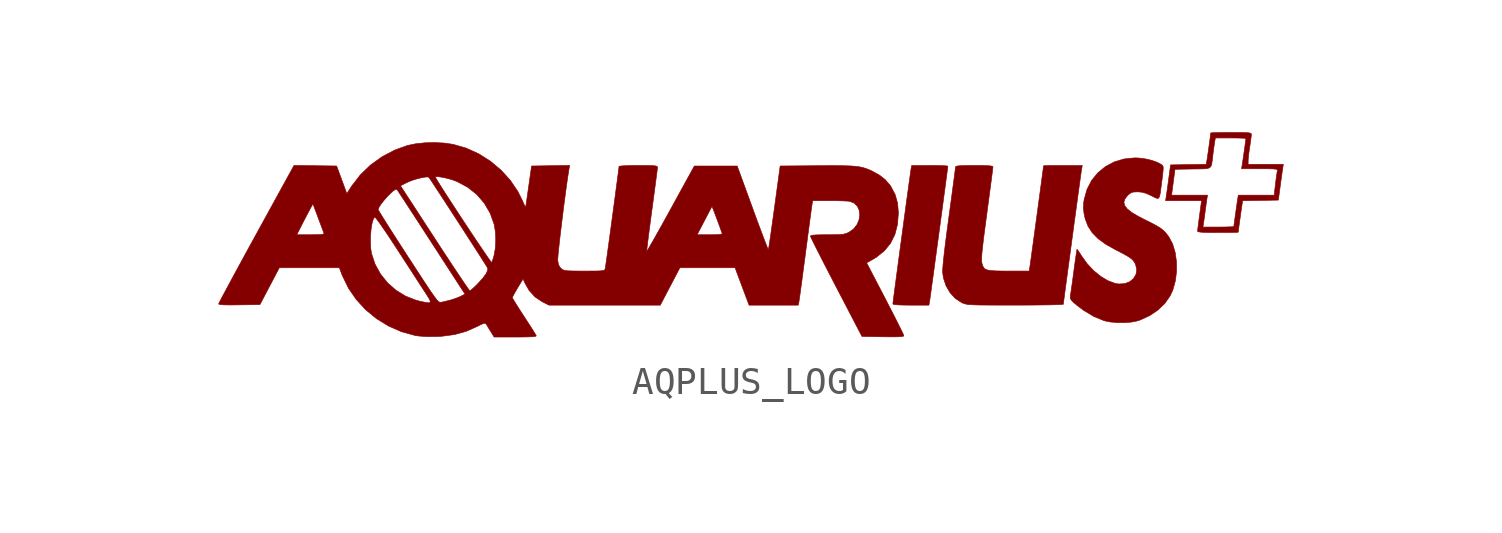
<source format=kicad_sym>
(kicad_symbol_lib
  (version 20211014)
  (generator kicad_symbol_editor)
  (symbol "AQPLUS_LOGO"
    (pin_names
      (offset 1.016))
    (property "Reference" "#G"
      (at 0 3.016 0)
      (effects (font (size 1.27 1.27)) hide))
    (symbol "AQPLUS_LOGO_0_0"
      (polyline (pts (xy 6.413 -2.385) (xy 6.42 -2.34) (xy 6.437 -2.223) (xy 6.462 -2.045) (xy 6.493 -1.814) (xy 6.531 -1.538) (xy 6.574 -1.226) (xy 6.62 -0.885) (xy 6.669 -0.524) (xy 6.72 -0.151) (xy 6.771 0.226) (xy 6.821 0.599) (xy 6.87 0.959) (xy 6.915 1.299) (xy 6.957 1.61) (xy 6.993 1.884) (xy 7.024 2.113) (xy 7.047 2.289) (xy 7.061 2.403) (xy 7.066 2.447) (xy 7.048 2.454) (xy 6.963 2.462) (xy 6.821 2.468) (xy 6.637 2.472) (xy 6.422 2.473) (xy 5.777 2.473) (xy 5.755 2.365) (xy 5.749 2.326) (xy 5.733 2.213) (xy 5.708 2.039) (xy 5.676 1.811) (xy 5.639 1.537) (xy 5.596 1.226) (xy 5.55 0.886) (xy 5.501 0.526) (xy 5.451 0.152) (xy 5.4 -0.226) (xy 5.349 -0.6) (xy 5.301 -0.962) (xy 5.255 -1.304) (xy 5.213 -1.617) (xy 5.177 -1.893) (xy 5.146 -2.125) (xy 5.123 -2.304) (xy 5.109 -2.421) (xy 5.104 -2.469) (xy 5.108 -2.476) (xy 5.164 -2.493) (xy 5.287 -2.504) (xy 5.48 -2.51) (xy 5.747 -2.513) (xy 6.39 -2.513) (xy 6.413 -2.385)) (stroke (width 0.01) (type default) (color 0 0 0 0)) (fill (type outline)))
      (polyline (pts (xy 13.616 -3.118) (xy 13.822 -3.078) (xy 13.938 -3.04) (xy 14.27 -2.887) (xy 14.568 -2.685) (xy 14.818 -2.444) (xy 15.005 -2.174) (xy 15.1 -1.962) (xy 15.188 -1.643) (xy 15.23 -1.303) (xy 15.227 -0.959) (xy 15.18 -0.628) (xy 15.089 -0.327) (xy 14.954 -0.075) (xy 14.938 -0.053) (xy 14.854 0.056) (xy 14.767 0.148) (xy 14.662 0.231) (xy 14.527 0.316) (xy 14.348 0.412) (xy 14.11 0.53) (xy 13.858 0.659) (xy 13.628 0.797) (xy 13.468 0.925) (xy 13.376 1.044) (xy 13.35 1.161) (xy 13.386 1.277) (xy 13.481 1.398) (xy 13.531 1.446) (xy 13.61 1.502) (xy 13.701 1.526) (xy 13.835 1.531) (xy 13.869 1.531) (xy 14.012 1.516) (xy 14.154 1.474) (xy 14.328 1.394) (xy 14.418 1.348) (xy 14.5 1.308) (xy 14.558 1.295) (xy 14.598 1.316) (xy 14.627 1.381) (xy 14.65 1.497) (xy 14.674 1.674) (xy 14.705 1.92) (xy 14.71 1.953) (xy 14.735 2.155) (xy 14.749 2.295) (xy 14.754 2.386) (xy 14.747 2.441) (xy 14.729 2.474) (xy 14.701 2.499) (xy 14.549 2.582) (xy 14.345 2.655) (xy 14.114 2.709) (xy 13.883 2.739) (xy 13.728 2.743) (xy 13.352 2.705) (xy 13.004 2.599) (xy 12.691 2.433) (xy 12.42 2.211) (xy 12.199 1.939) (xy 12.034 1.621) (xy 11.933 1.264) (xy 11.913 1.133) (xy 11.905 0.942) (xy 11.929 0.744) (xy 11.967 0.573) (xy 12.068 0.308) (xy 12.22 0.073) (xy 12.43 -0.141) (xy 12.705 -0.341) (xy 13.051 -0.535) (xy 13.101 -0.56) (xy 13.316 -0.671) (xy 13.473 -0.759) (xy 13.585 -0.832) (xy 13.662 -0.898) (xy 13.717 -0.967) (xy 13.759 -1.045) (xy 13.769 -1.067) (xy 13.809 -1.247) (xy 13.781 -1.417) (xy 13.694 -1.563) (xy 13.557 -1.677) (xy 13.379 -1.745) (xy 13.169 -1.758) (xy 13.027 -1.734) (xy 12.776 -1.639) (xy 12.519 -1.484) (xy 12.269 -1.28) (xy 12.038 -1.033) (xy 11.839 -0.755) (xy 11.826 -0.735) (xy 11.754 -0.622) (xy 11.7 -0.545) (xy 11.677 -0.52) (xy 11.676 -0.521) (xy 11.666 -0.572) (xy 11.649 -0.686) (xy 11.624 -0.853) (xy 11.595 -1.06) (xy 11.563 -1.296) (xy 11.562 -1.311) (xy 11.529 -1.555) (xy 11.498 -1.778) (xy 11.471 -1.967) (xy 11.451 -2.107) (xy 11.439 -2.183) (xy 11.434 -2.226) (xy 11.441 -2.282) (xy 11.478 -2.34) (xy 11.554 -2.416) (xy 11.681 -2.524) (xy 11.914 -2.7) (xy 12.276 -2.916) (xy 12.64 -3.067) (xy 12.647 -3.069) (xy 12.851 -3.112) (xy 13.101 -3.135) (xy 13.366 -3.137) (xy 13.616 -3.118)) (stroke (width 0.01) (type default) (color 0 0 0 0)) (fill (type outline)))
      (polyline (pts (xy 9.719 -2.512) (xy 10.061 -2.51) (xy 10.373 -2.507) (xy 10.645 -2.504) (xy 10.871 -2.499) (xy 11.042 -2.493) (xy 11.151 -2.487) (xy 11.188 -2.481) (xy 11.192 -2.45) (xy 11.205 -2.348) (xy 11.226 -2.184) (xy 11.255 -1.964) (xy 11.291 -1.698) (xy 11.332 -1.393) (xy 11.377 -1.058) (xy 11.425 -0.701) (xy 11.475 -0.33) (xy 11.526 0.047) (xy 11.576 0.421) (xy 11.626 0.785) (xy 11.673 1.13) (xy 11.716 1.448) (xy 11.755 1.731) (xy 11.788 1.97) (xy 11.814 2.158) (xy 11.833 2.286) (xy 11.842 2.346) (xy 11.865 2.473) (xy 11.173 2.473) (xy 10.976 2.473) (xy 10.779 2.471) (xy 10.622 2.469) (xy 10.519 2.465) (xy 10.482 2.462) (xy 10.481 2.456) (xy 10.473 2.389) (xy 10.456 2.257) (xy 10.431 2.07) (xy 10.4 1.836) (xy 10.363 1.564) (xy 10.323 1.266) (xy 10.28 0.949) (xy 10.236 0.623) (xy 10.192 0.298) (xy 10.149 -0.017) (xy 10.109 -0.313) (xy 10.072 -0.579) (xy 10.041 -0.807) (xy 10.016 -0.988) (xy 9.999 -1.111) (xy 9.99 -1.168) (xy 9.968 -1.296) (xy 9.233 -1.296) (xy 9.011 -1.295) (xy 8.779 -1.291) (xy 8.606 -1.28) (xy 8.484 -1.259) (xy 8.401 -1.226) (xy 8.347 -1.177) (xy 8.311 -1.108) (xy 8.283 -1.018) (xy 8.283 -1.017) (xy 8.274 -0.966) (xy 8.27 -0.896) (xy 8.273 -0.798) (xy 8.282 -0.667) (xy 8.299 -0.494) (xy 8.325 -0.272) (xy 8.359 0.005) (xy 8.404 0.346) (xy 8.459 0.757) (xy 8.481 0.923) (xy 8.526 1.261) (xy 8.567 1.573) (xy 8.604 1.848) (xy 8.634 2.079) (xy 8.657 2.258) (xy 8.671 2.376) (xy 8.676 2.424) (xy 8.676 2.428) (xy 8.65 2.446) (xy 8.578 2.459) (xy 8.453 2.467) (xy 8.266 2.472) (xy 8.009 2.473) (xy 7.765 2.472) (xy 7.569 2.467) (xy 7.438 2.458) (xy 7.364 2.445) (xy 7.341 2.426) (xy 7.338 2.396) (xy 7.325 2.295) (xy 7.304 2.129) (xy 7.275 1.908) (xy 7.239 1.64) (xy 7.198 1.332) (xy 7.152 0.993) (xy 7.103 0.63) (xy 7.063 0.338) (xy 7.002 -0.125) (xy 6.954 -0.514) (xy 6.918 -0.831) (xy 6.894 -1.076) (xy 6.882 -1.252) (xy 6.882 -1.36) (xy 6.909 -1.545) (xy 7.002 -1.823) (xy 7.147 -2.072) (xy 7.335 -2.276) (xy 7.557 -2.42) (xy 7.579 -2.43) (xy 7.626 -2.451) (xy 7.675 -2.467) (xy 7.733 -2.48) (xy 7.809 -2.491) (xy 7.911 -2.498) (xy 8.044 -2.504) (xy 8.219 -2.508) (xy 8.441 -2.51) (xy 8.718 -2.511) (xy 9.059 -2.512) (xy 9.471 -2.512) (xy 9.719 -2.512)) (stroke (width 0.01) (type default) (color 0 0 0 0)) (fill (type outline)))
      (polyline (pts (xy 16.933 0.079) (xy 17.132 0.081) (xy 17.29 0.084) (xy 17.393 0.087) (xy 17.431 0.091) (xy 17.435 0.135) (xy 17.449 0.239) (xy 17.469 0.385) (xy 17.492 0.554) (xy 17.516 0.727) (xy 17.539 0.886) (xy 17.557 1.013) (xy 17.569 1.089) (xy 17.591 1.215) (xy 18.227 1.226) (xy 18.863 1.237) (xy 18.929 1.727) (xy 18.956 1.927) (xy 18.983 2.116) (xy 19.004 2.269) (xy 19.018 2.365) (xy 19.041 2.513) (xy 17.784 2.513) (xy 17.785 2.64) (xy 17.786 2.676) (xy 17.797 2.799) (xy 17.817 2.962) (xy 17.843 3.141) (xy 17.857 3.232) (xy 17.879 3.391) (xy 17.895 3.515) (xy 17.901 3.582) (xy 17.898 3.602) (xy 17.878 3.621) (xy 17.833 3.635) (xy 17.75 3.643) (xy 17.619 3.648) (xy 17.431 3.651) (xy 17.175 3.651) (xy 16.947 3.65) (xy 16.747 3.647) (xy 16.59 3.644) (xy 16.486 3.639) (xy 16.449 3.633) (xy 16.444 3.581) (xy 16.43 3.471) (xy 16.41 3.32) (xy 16.386 3.148) (xy 16.361 2.973) (xy 16.338 2.815) (xy 16.32 2.691) (xy 16.308 2.622) (xy 16.286 2.514) (xy 15.651 2.504) (xy 15.016 2.493) (xy 14.95 2.002) (xy 14.923 1.802) (xy 14.897 1.614) (xy 14.876 1.461) (xy 14.869 1.413) (xy 15.052 1.413) (xy 15.113 1.875) (xy 15.173 2.336) (xy 15.811 2.347) (xy 16.038 2.349) (xy 16.215 2.353) (xy 16.338 2.365) (xy 16.416 2.396) (xy 16.463 2.453) (xy 16.489 2.544) (xy 16.507 2.679) (xy 16.529 2.866) (xy 16.534 2.909) (xy 16.556 3.079) (xy 16.577 3.228) (xy 16.593 3.327) (xy 16.615 3.455) (xy 17.16 3.455) (xy 17.228 3.455) (xy 17.416 3.453) (xy 17.567 3.449) (xy 17.669 3.443) (xy 17.705 3.436) (xy 17.702 3.405) (xy 17.69 3.31) (xy 17.671 3.172) (xy 17.648 3.007) (xy 17.623 2.836) (xy 17.6 2.675) (xy 17.581 2.545) (xy 17.568 2.463) (xy 17.55 2.356) (xy 18.2 2.356) (xy 18.328 2.355) (xy 18.532 2.354) (xy 18.674 2.35) (xy 18.764 2.343) (xy 18.813 2.33) (xy 18.831 2.312) (xy 18.829 2.287) (xy 18.821 2.25) (xy 18.804 2.143) (xy 18.783 1.992) (xy 18.761 1.816) (xy 18.714 1.413) (xy 17.434 1.413) (xy 17.413 1.286) (xy 17.403 1.22) (xy 17.384 1.092) (xy 17.361 0.932) (xy 17.337 0.758) (xy 17.313 0.589) (xy 17.293 0.443) (xy 17.279 0.339) (xy 17.273 0.293) (xy 17.269 0.291) (xy 17.207 0.285) (xy 17.086 0.28) (xy 16.92 0.276) (xy 16.722 0.275) (xy 16.171 0.275) (xy 16.191 0.402) (xy 16.193 0.413) (xy 16.209 0.523) (xy 16.23 0.676) (xy 16.253 0.844) (xy 16.256 0.869) (xy 16.279 1.036) (xy 16.299 1.185) (xy 16.314 1.286) (xy 16.335 1.413) (xy 15.052 1.413) (xy 14.869 1.413) (xy 14.861 1.364) (xy 14.839 1.217) (xy 16.122 1.217) (xy 16.051 0.697) (xy 16.046 0.655) (xy 16.02 0.463) (xy 15.999 0.3) (xy 15.985 0.183) (xy 15.979 0.128) (xy 15.982 0.119) (xy 16.018 0.103) (xy 16.1 0.092) (xy 16.236 0.084) (xy 16.435 0.08) (xy 16.704 0.079) (xy 16.933 0.079)) (stroke (width 0.01) (type default) (color 0 0 0 0)) (fill (type outline)))
      (polyline (pts (xy -8.163 -3.65) (xy -7.942 -3.647) (xy -7.786 -3.642) (xy -7.687 -3.633) (xy -7.636 -3.619) (xy -7.627 -3.602) (xy -7.627 -3.6) (xy -7.657 -3.549) (xy -7.722 -3.443) (xy -7.816 -3.295) (xy -7.932 -3.115) (xy -8.063 -2.914) (xy -8.076 -2.894) (xy -8.204 -2.697) (xy -8.315 -2.522) (xy -8.402 -2.382) (xy -8.459 -2.285) (xy -8.48 -2.244) (xy -8.474 -2.226) (xy -8.436 -2.151) (xy -8.371 -2.034) (xy -8.289 -1.893) (xy -8.097 -1.575) (xy -8.024 -1.738) (xy -7.879 -1.99) (xy -7.669 -2.221) (xy -7.416 -2.39) (xy -7.172 -2.513) (xy -3.198 -2.513) (xy -2.849 -1.845) (xy -2.499 -1.178) (xy -0.529 -1.178) (xy -0.03 -2.513) (xy 1.726 -2.513) (xy 1.746 -2.424) (xy 1.749 -2.404) (xy 1.763 -2.31) (xy 1.786 -2.152) (xy 1.815 -1.937) (xy 1.851 -1.674) (xy 1.891 -1.373) (xy 1.935 -1.041) (xy 1.982 -0.687) (xy 2.005 -0.508) (xy 2.051 -0.162) (xy 2.093 0.16) (xy 2.132 0.449) (xy 2.165 0.695) (xy 2.191 0.889) (xy 2.21 1.024) (xy 2.22 1.089) (xy 2.241 1.217) (xy 2.843 1.217) (xy 2.942 1.217) (xy 3.156 1.214) (xy 3.342 1.208) (xy 3.485 1.201) (xy 3.567 1.193) (xy 3.724 1.129) (xy 3.837 1.017) (xy 3.903 0.87) (xy 3.922 0.701) (xy 3.894 0.525) (xy 3.82 0.355) (xy 3.7 0.205) (xy 3.534 0.088) (xy 3.534 0.088) (xy 3.459 0.054) (xy 3.384 0.03) (xy 3.291 0.014) (xy 3.167 0.005) (xy 2.994 0.001) (xy 2.759 0) (xy 2.546 -0.001) (xy 2.364 -0.006) (xy 2.245 -0.015) (xy 2.18 -0.029) (xy 2.16 -0.049) (xy 2.161 -0.054) (xy 2.188 -0.114) (xy 2.247 -0.235) (xy 2.334 -0.411) (xy 2.447 -0.633) (xy 2.581 -0.897) (xy 2.734 -1.195) (xy 2.902 -1.52) (xy 3.081 -1.865) (xy 4.001 -3.631) (xy 4.748 -3.642) (xy 4.941 -3.644) (xy 5.163 -3.645) (xy 5.321 -3.641) (xy 5.424 -3.633) (xy 5.479 -3.621) (xy 5.495 -3.603) (xy 5.477 -3.557) (xy 5.427 -3.45) (xy 5.348 -3.29) (xy 5.245 -3.085) (xy 5.122 -2.842) (xy 4.982 -2.571) (xy 4.831 -2.278) (xy 4.167 -1.003) (xy 4.4 -0.872) (xy 4.515 -0.803) (xy 4.799 -0.576) (xy 5.019 -0.305) (xy 5.176 0.01) (xy 5.269 0.371) (xy 5.3 0.78) (xy 5.274 1.116) (xy 5.187 1.43) (xy 5.037 1.717) (xy 4.993 1.78) (xy 4.826 1.971) (xy 4.62 2.131) (xy 4.356 2.275) (xy 4.253 2.322) (xy 4.145 2.364) (xy 4.035 2.398) (xy 3.913 2.424) (xy 3.769 2.443) (xy 3.594 2.456) (xy 3.379 2.463) (xy 3.114 2.467) (xy 2.789 2.467) (xy 2.395 2.464) (xy 1.08 2.454) (xy 0.878 0.969) (xy 0.87 0.912) (xy 0.825 0.584) (xy 0.782 0.282) (xy 0.745 0.015) (xy 0.712 -0.208) (xy 0.686 -0.38) (xy 0.668 -0.49) (xy 0.659 -0.532) (xy 0.655 -0.527) (xy 0.628 -0.467) (xy 0.579 -0.343) (xy 0.51 -0.164) (xy 0.424 0.063) (xy 0.324 0.329) (xy 0.213 0.628) (xy 0.095 0.953) (xy -0.453 2.454) (xy -1.983 2.454) (xy -2.827 0.917) (xy -2.963 0.67) (xy -3.128 0.371) (xy -3.28 0.101) (xy -3.336 0) (xy -1.884 0) (xy -1.622 0.501) (xy -1.584 0.574) (xy -1.495 0.743) (xy -1.423 0.881) (xy -1.374 0.975) (xy -1.354 1.011) (xy -1.353 1.011) (xy -1.334 0.968) (xy -1.295 0.87) (xy -1.241 0.729) (xy -1.178 0.562) (xy -1.112 0.383) (xy -1.047 0.207) (xy -0.99 0.049) (xy -0.99 0.041) (xy -1.015 0.022) (xy -1.09 0.009) (xy -1.225 0.002) (xy -1.428 0) (xy -1.884 0) (xy -3.336 0) (xy -3.412 -0.135) (xy -3.523 -0.328) (xy -3.607 -0.473) (xy -3.662 -0.562) (xy -3.682 -0.589) (xy -3.682 -0.588) (xy -3.679 -0.537) (xy -3.666 -0.418) (xy -3.644 -0.24) (xy -3.615 -0.01) (xy -3.58 0.261) (xy -3.54 0.566) (xy -3.496 0.895) (xy -3.492 0.919) (xy -3.448 1.248) (xy -3.407 1.554) (xy -3.371 1.827) (xy -3.341 2.058) (xy -3.317 2.239) (xy -3.303 2.359) (xy -3.298 2.411) (xy -3.298 2.418) (xy -3.312 2.439) (xy -3.352 2.454) (xy -3.429 2.464) (xy -3.553 2.47) (xy -3.735 2.473) (xy -3.985 2.473) (xy -4.178 2.472) (xy -4.375 2.467) (xy -4.532 2.46) (xy -4.635 2.45) (xy -4.672 2.439) (xy -4.672 2.433) (xy -4.68 2.365) (xy -4.697 2.231) (xy -4.721 2.041) (xy -4.753 1.805) (xy -4.789 1.531) (xy -4.829 1.23) (xy -4.872 0.911) (xy -4.916 0.583) (xy -4.96 0.256) (xy -5.003 -0.061) (xy -5.044 -0.357) (xy -5.081 -0.624) (xy -5.112 -0.852) (xy -5.138 -1.032) (xy -5.155 -1.153) (xy -5.164 -1.207) (xy -5.167 -1.22) (xy -5.178 -1.248) (xy -5.203 -1.268) (xy -5.252 -1.281) (xy -5.336 -1.289) (xy -5.466 -1.294) (xy -5.652 -1.295) (xy -5.907 -1.296) (xy -5.953 -1.296) (xy -6.197 -1.295) (xy -6.377 -1.292) (xy -6.504 -1.287) (xy -6.592 -1.276) (xy -6.651 -1.26) (xy -6.695 -1.237) (xy -6.736 -1.205) (xy -6.779 -1.161) (xy -6.833 -1.063) (xy -6.859 -0.92) (xy -6.859 -0.91) (xy -6.855 -0.821) (xy -6.842 -0.667) (xy -6.82 -0.458) (xy -6.793 -0.205) (xy -6.759 0.081) (xy -6.722 0.391) (xy -6.682 0.714) (xy -6.641 1.04) (xy -6.599 1.358) (xy -6.559 1.658) (xy -6.521 1.93) (xy -6.486 2.163) (xy -6.457 2.347) (xy -6.434 2.475) (xy -7.114 2.464) (xy -7.793 2.454) (xy -7.896 1.727) (xy -7.896 1.726) (xy -7.929 1.496) (xy -7.958 1.295) (xy -7.982 1.133) (xy -7.998 1.025) (xy -8.005 0.982) (xy -8.006 0.981) (xy -8.027 1.014) (xy -8.069 1.101) (xy -8.123 1.226) (xy -8.28 1.54) (xy -8.551 1.942) (xy -8.881 2.305) (xy -9.259 2.623) (xy -9.677 2.888) (xy -10.126 3.092) (xy -10.595 3.227) (xy -10.895 3.272) (xy -11.243 3.29) (xy -11.6 3.282) (xy -11.938 3.246) (xy -12.229 3.185) (xy -12.677 3.023) (xy -13.13 2.785) (xy -13.543 2.487) (xy -13.907 2.136) (xy -14.206 1.747) (xy -12.471 1.747) (xy -12.257 1.858) (xy -12.234 1.869) (xy -12.097 1.927) (xy -11.938 1.98) (xy -11.775 2.023) (xy -11.629 2.053) (xy -11.518 2.065) (xy -11.491 2.059) (xy -11.228 2.059) (xy -11.214 2.071) (xy -11.141 2.074) (xy -11.023 2.059) (xy -10.876 2.03) (xy -10.719 1.991) (xy -10.571 1.944) (xy -10.438 1.891) (xy -10.068 1.692) (xy -9.746 1.435) (xy -9.479 1.125) (xy -9.271 0.769) (xy -9.129 0.373) (xy -9.124 0.352) (xy -9.084 0.098) (xy -9.071 -0.191) (xy -9.086 -0.478) (xy -9.13 -0.728) (xy -9.16 -0.837) (xy -9.194 -0.939) (xy -9.218 -0.989) (xy -9.229 -0.98) (xy -9.277 -0.916) (xy -9.36 -0.799) (xy -9.472 -0.636) (xy -9.608 -0.436) (xy -9.763 -0.206) (xy -9.931 0.046) (xy -10.108 0.313) (xy -10.288 0.586) (xy -10.466 0.857) (xy -10.637 1.119) (xy -10.796 1.364) (xy -10.938 1.584) (xy -11.057 1.772) (xy -11.148 1.919) (xy -11.207 2.017) (xy -11.228 2.059) (xy -11.491 2.059) (xy -11.461 2.053) (xy -11.444 2.029) (xy -11.386 1.944) (xy -11.296 1.807) (xy -11.177 1.626) (xy -11.034 1.408) (xy -10.873 1.162) (xy -10.7 0.895) (xy -10.518 0.615) (xy -10.333 0.329) (xy -10.15 0.047) (xy -9.975 -0.225) (xy -9.812 -0.478) (xy -9.666 -0.704) (xy -9.543 -0.897) (xy -9.448 -1.047) (xy -9.385 -1.147) (xy -9.361 -1.19) (xy -9.358 -1.258) (xy -9.411 -1.383) (xy -9.53 -1.547) (xy -9.713 -1.748) (xy -9.768 -1.804) (xy -9.875 -1.905) (xy -9.956 -1.976) (xy -9.996 -2.002) (xy -10.013 -1.983) (xy -10.07 -1.905) (xy -10.163 -1.771) (xy -10.288 -1.587) (xy -10.44 -1.36) (xy -10.617 -1.094) (xy -10.813 -0.796) (xy -11.026 -0.472) (xy -11.251 -0.127) (xy -12.471 1.747) (xy -14.206 1.747) (xy -14.211 1.74) (xy -14.388 1.469) (xy -14.569 1.961) (xy -14.751 2.454) (xy -15.512 2.464) (xy -16.273 2.474) (xy -17.617 0.027) (xy -17.632 0) (xy -16.175 0) (xy -16.02 0.304) (xy -16.012 0.32) (xy -15.918 0.504) (xy -15.817 0.696) (xy -15.732 0.856) (xy -15.598 1.104) (xy -15.521 0.901) (xy -13.269 0.901) (xy -13.267 0.918) (xy -13.229 1) (xy -13.154 1.11) (xy -13.055 1.235) (xy -12.943 1.361) (xy -12.83 1.476) (xy -12.728 1.567) (xy -12.649 1.62) (xy -12.604 1.624) (xy -12.593 1.609) (xy -12.543 1.534) (xy -12.458 1.404) (xy -12.341 1.227) (xy -12.199 1.008) (xy -12.034 0.756) (xy -11.852 0.476) (xy -11.658 0.177) (xy -11.588 0.068) (xy -11.381 -0.251) (xy -11.178 -0.563) (xy -10.987 -0.859) (xy -10.812 -1.128) (xy -10.661 -1.361) (xy -10.54 -1.547) (xy -10.456 -1.678) (xy -10.169 -2.119) (xy -10.317 -2.194) (xy -10.378 -2.223) (xy -10.526 -2.28) (xy -10.679 -2.329) (xy -10.764 -2.351) (xy -10.907 -2.386) (xy -11.014 -2.408) (xy -11.021 -2.409) (xy -11.048 -2.412) (xy -11.075 -2.408) (xy -11.106 -2.39) (xy -11.145 -2.355) (xy -11.195 -2.297) (xy -11.261 -2.21) (xy -11.347 -2.088) (xy -11.456 -1.928) (xy -11.592 -1.723) (xy -11.759 -1.468) (xy -11.961 -1.158) (xy -12.202 -0.788) (xy -12.242 -0.726) (xy -12.449 -0.406) (xy -12.642 -0.106) (xy -12.817 0.167) (xy -12.969 0.406) (xy -13.094 0.606) (xy -13.189 0.759) (xy -13.248 0.859) (xy -13.269 0.901) (xy -15.521 0.901) (xy -15.409 0.601) (xy -15.391 0.552) (xy -15.322 0.369) (xy -15.264 0.214) (xy -15.222 0.102) (xy -15.203 0.049) (xy -15.203 0.037) (xy -15.237 0.019) (xy -15.322 0.008) (xy -15.466 0.002) (xy -15.68 0) (xy -16.175 0) (xy -17.632 0) (xy -17.771 -0.254) (xy -13.546 -0.254) (xy -13.541 -0.026) (xy -13.522 0.194) (xy -13.491 0.39) (xy -13.448 0.542) (xy -13.396 0.635) (xy -13.386 0.631) (xy -13.337 0.577) (xy -13.253 0.465) (xy -13.138 0.304) (xy -12.997 0.098) (xy -12.834 -0.146) (xy -12.653 -0.421) (xy -12.586 -0.525) (xy -12.398 -0.815) (xy -12.211 -1.102) (xy -12.034 -1.374) (xy -11.876 -1.619) (xy -11.744 -1.822) (xy -11.646 -1.973) (xy -11.528 -2.155) (xy -11.444 -2.292) (xy -11.407 -2.378) (xy -11.419 -2.421) (xy -11.483 -2.429) (xy -11.602 -2.41) (xy -11.777 -2.373) (xy -11.917 -2.337) (xy -12.291 -2.191) (xy -12.632 -1.981) (xy -12.934 -1.715) (xy -13.185 -1.403) (xy -13.379 -1.052) (xy -13.506 -0.672) (xy -13.509 -0.659) (xy -13.536 -0.471) (xy -13.546 -0.254) (xy -17.771 -0.254) (xy -17.792 -0.291) (xy -18.005 -0.681) (xy -18.205 -1.047) (xy -18.387 -1.383) (xy -18.55 -1.684) (xy -18.69 -1.945) (xy -18.805 -2.159) (xy -18.89 -2.321) (xy -18.943 -2.426) (xy -18.962 -2.467) (xy -18.96 -2.473) (xy -18.925 -2.489) (xy -18.842 -2.499) (xy -18.702 -2.505) (xy -18.499 -2.506) (xy -18.226 -2.503) (xy -17.489 -2.493) (xy -17.143 -1.835) (xy -16.797 -1.178) (xy -14.653 -1.178) (xy -14.566 -1.411) (xy -14.547 -1.459) (xy -14.332 -1.902) (xy -14.052 -2.309) (xy -13.716 -2.676) (xy -13.329 -2.994) (xy -12.902 -3.257) (xy -12.441 -3.46) (xy -11.954 -3.595) (xy -11.819 -3.615) (xy -11.534 -3.635) (xy -11.189 -3.634) (xy -10.992 -3.623) (xy -10.539 -3.562) (xy -10.122 -3.445) (xy -9.724 -3.269) (xy -9.598 -3.205) (xy -9.504 -3.166) (xy -9.449 -3.16) (xy -9.419 -3.183) (xy -9.39 -3.228) (xy -9.33 -3.326) (xy -9.257 -3.445) (xy -9.131 -3.651) (xy -8.369 -3.651) (xy -8.163 -3.65)) (stroke (width 0.01) (type default) (color 0 0 0 0)) (fill (type outline))))))
</source>
